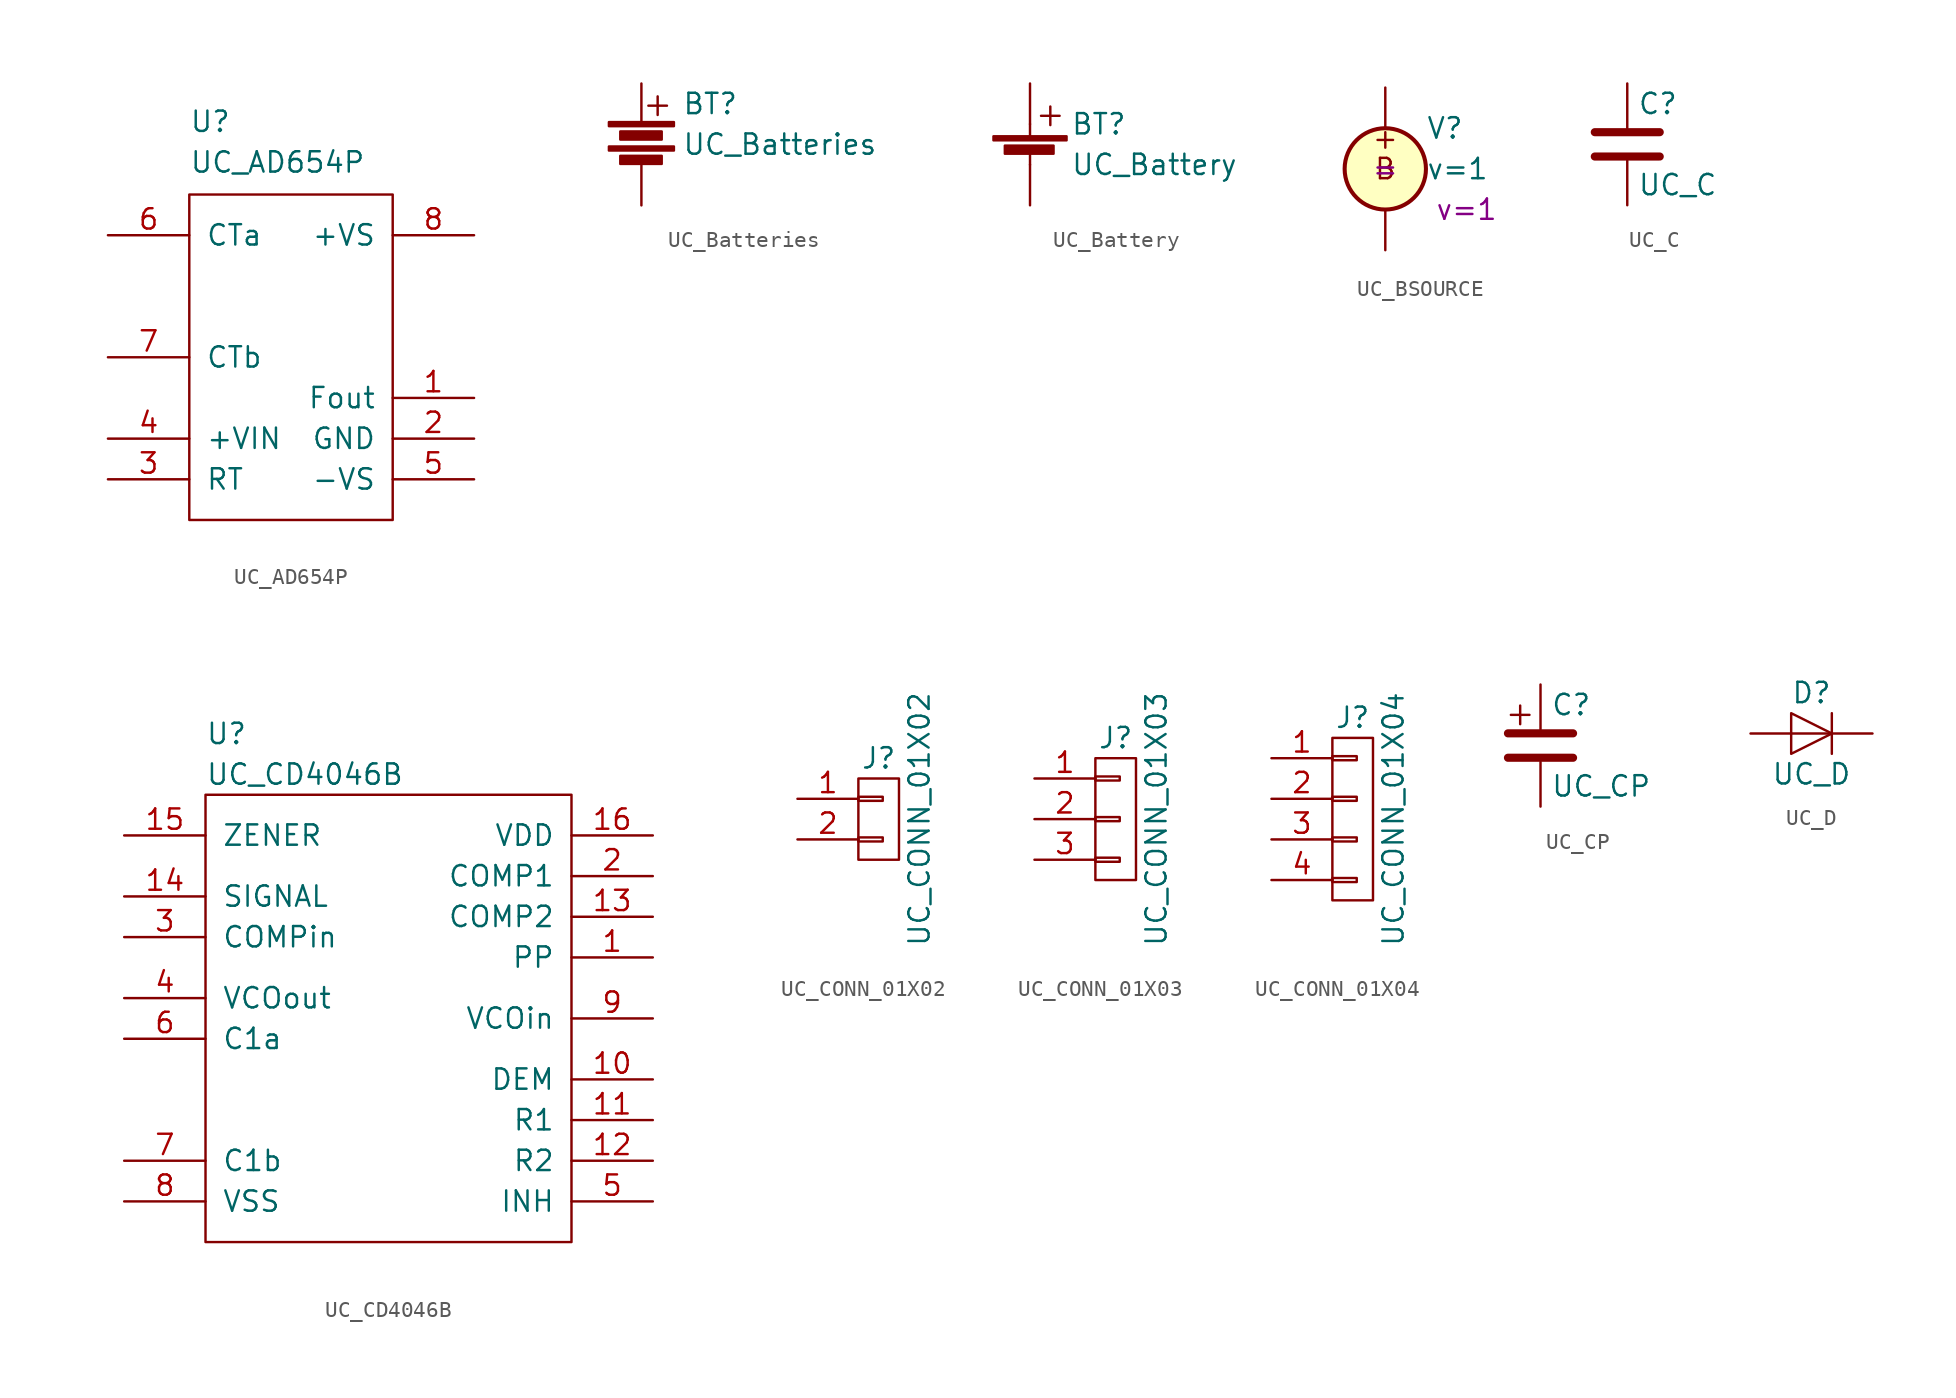
<source format=kicad_sym>
(kicad_symbol_lib
  (version 20220914)
  (generator kicad_symbol_editor)
  (symbol "UC_AD654P"
    (pin_names
      (offset 1.016))
    (property "Reference" "U"
      (at -6.35 13.97 0)
      (effects (font (size 1.27 1.27)) (justify left bottom)))
    (property "Value" "UC_AD654P"
      (at -6.35 11.43 0)
      (effects (font (size 1.27 1.27)) (justify left bottom)))
    (symbol "UC_AD654P_0_0"
      (rectangle (start -6.35 10.16) (end 6.35 -10.16) (stroke (width 0) (type default)) (fill (type none))))
    (symbol "UC_AD654P_1_1"
      (pin open_collector line (at 11.43 -2.54 180) (length 5.08) (name "Fout" (effects (font (size 1.27 1.27)))) (number "1" (effects (font (size 1.27 1.27)))))
      (pin power_in line (at 11.43 -5.08 180) (length 5.08) (name "GND" (effects (font (size 1.27 1.27)))) (number "2" (effects (font (size 1.27 1.27)))))
      (pin passive line (at -11.43 -7.62 0) (length 5.08) (name "RT" (effects (font (size 1.27 1.27)))) (number "3" (effects (font (size 1.27 1.27)))))
      (pin input line (at -11.43 -5.08 0) (length 5.08) (name "+VIN" (effects (font (size 1.27 1.27)))) (number "4" (effects (font (size 1.27 1.27)))))
      (pin power_in line (at 11.43 -7.62 180) (length 5.08) (name "-VS" (effects (font (size 1.27 1.27)))) (number "5" (effects (font (size 1.27 1.27)))))
      (pin passive line (at -11.43 7.62 0) (length 5.08) (name "CTa" (effects (font (size 1.27 1.27)))) (number "6" (effects (font (size 1.27 1.27)))))
      (pin passive line (at -11.43 0 0) (length 5.08) (name "CTb" (effects (font (size 1.27 1.27)))) (number "7" (effects (font (size 1.27 1.27)))))
      (pin power_in line (at 11.43 7.62 180) (length 5.08) (name "+VS" (effects (font (size 1.27 1.27)))) (number "8" (effects (font (size 1.27 1.27)))))))
  (symbol "UC_Batteries"
    (pin_numbers hide)
    (pin_names
      (offset 0) hide)
    (property "Reference" "BT"
      (at 2.54 2.54 0)
      (effects (font (size 1.27 1.27)) (justify left)))
    (property "Value" "UC_Batteries"
      (at 2.54 0 0)
      (effects (font (size 1.27 1.27)) (justify left)))
    (symbol "UC_Batteries_0_0"
      (text "+" (at 1.016 2.54 0) (effects (font (size 1.524 1.524)))))
    (symbol "UC_Batteries_0_1"
      (rectangle (start -2.032 -0.127) (end 2.032 -0.381) (stroke (width 0) (type default)) (fill (type outline)))
      (rectangle (start -2.032 1.397) (end 2.032 1.143) (stroke (width 0) (type default)) (fill (type outline)))
      (rectangle (start -1.321 -0.711) (end 1.27 -1.219) (stroke (width 0) (type default)) (fill (type outline)))
      (rectangle (start -1.321 0.813) (end 1.27 0.305) (stroke (width 0) (type default)) (fill (type outline))))
    (symbol "UC_Batteries_1_1"
      (pin power_out line (at 0 3.81 270) (length 2.54) (name "+" (effects (font (size 1.27 1.27)))) (number "1" (effects (font (size 1.27 1.27)))))
      (pin power_in line (at 0 -3.81 90) (length 2.54) (name "-" (effects (font (size 1.27 1.27)))) (number "2" (effects (font (size 1.27 1.27)))))))
  (symbol "UC_Battery"
    (pin_numbers hide)
    (pin_names
      (offset 0) hide)
    (property "Reference" "BT"
      (at 2.54 2.54 0)
      (effects (font (size 1.27 1.27)) (justify left)))
    (property "Value" "UC_Battery"
      (at 2.54 0 0)
      (effects (font (size 1.27 1.27)) (justify left)))
    (symbol "UC_Battery_0_0"
      (text "+" (at 1.27 3.175 0) (effects (font (size 1.524 1.524)))))
    (symbol "UC_Battery_0_1"
      (rectangle (start -2.286 1.778) (end 2.286 1.524) (stroke (width 0) (type default)) (fill (type outline)))
      (rectangle (start -1.575 1.194) (end 1.473 0.686) (stroke (width 0) (type default)) (fill (type outline)))
      (polyline (pts (xy 0 0.762) (xy 0 0)) (stroke (width 0) (type default)) (fill (type none)))
      (polyline (pts (xy 0 1.778) (xy 0 2.54)) (stroke (width 0) (type default)) (fill (type none))))
    (symbol "UC_Battery_1_1"
      (pin power_out line (at 0 5.08 270) (length 2.54) (name "+" (effects (font (size 1.27 1.27)))) (number "1" (effects (font (size 1.27 1.27)))))
      (pin power_in line (at 0 -2.54 90) (length 2.54) (name "-" (effects (font (size 1.27 1.27)))) (number "2" (effects (font (size 1.27 1.27)))))))
  (symbol "UC_BSOURCE"
    (pin_numbers hide)
    (pin_names
      (offset 0.025))
    (property "Reference" "V"
      (at 2.54 2.54 0)
      (effects (font (size 1.27 1.27)) (justify left)))
    (property "Value" "${SIM.PARAMS}"
      (at 2.54 0 0)
      (effects (font (size 1.27 1.27)) (justify left)))
    (property "Sim.Params" "v=1"
      (at 5.08 -2.54 0)
      (effects (font (size 1.27 1.27))))
    (property "Sim.Type" "="
      (at 0 0 0)
      (effects (font (size 1.27 1.27))))
    (symbol "UC_BSOURCE_0_0"
      (text "+" (at 0 1.905 0) (effects (font (size 1.27 1.27))))
      (text "B" (at 0 0 0) (effects (font (size 1.27 1.27)))))
    (symbol "UC_BSOURCE_0_1"
      (circle (center 0 0) (radius 2.54) (stroke (width 0.254) (type default)) (fill (type background))))
    (symbol "UC_BSOURCE_1_1"
      (pin passive line (at 0 5.08 270) (length 2.54) (name "~" (effects (font (size 1.27 1.27)))) (number "1" (effects (font (size 1.27 1.27)))))
      (pin passive line (at 0 -5.08 90) (length 2.54) (name "~" (effects (font (size 1.27 1.27)))) (number "2" (effects (font (size 1.27 1.27)))))))
  (symbol "UC_C"
    (pin_numbers hide)
    (pin_names
      (offset 0.254))
    (property "Reference" "C"
      (at 0.635 2.54 0)
      (effects (font (size 1.27 1.27)) (justify left)))
    (property "Value" "UC_C"
      (at 0.635 -2.54 0)
      (effects (font (size 1.27 1.27)) (justify left)))
    (symbol "UC_C_0_1"
      (polyline (pts (xy -2.032 -0.762) (xy 2.032 -0.762)) (stroke (width 0.508) (type default)) (fill (type none)))
      (polyline (pts (xy -2.032 0.762) (xy 2.032 0.762)) (stroke (width 0.508) (type default)) (fill (type none))))
    (symbol "UC_C_1_1"
      (pin passive line (at 0 3.81 270) (length 2.794) (name "~" (effects (font (size 1.27 1.27)))) (number "1" (effects (font (size 1.27 1.27)))))
      (pin passive line (at 0 -3.81 90) (length 2.794) (name "~" (effects (font (size 1.27 1.27)))) (number "2" (effects (font (size 1.27 1.27)))))))
  (symbol "UC_CD4046B"
    (pin_names
      (offset 1.016))
    (property "Reference" "U"
      (at -11.43 11.43 0)
      (effects (font (size 1.27 1.27)) (justify left)))
    (property "Value" "UC_CD4046B"
      (at -11.43 8.89 0)
      (effects (font (size 1.27 1.27)) (justify left)))
    (symbol "UC_CD4046B_0_1"
      (rectangle (start -11.43 7.62) (end 11.43 -20.32) (stroke (width 0) (type default)) (fill (type none))))
    (symbol "UC_CD4046B_1_1"
      (pin output line (at 16.51 -2.54 180) (length 5.08) (name "PP" (effects (font (size 1.27 1.27)))) (number "1" (effects (font (size 1.27 1.27)))))
      (pin output line (at 16.51 -10.16 180) (length 5.08) (name "DEM" (effects (font (size 1.27 1.27)))) (number "10" (effects (font (size 1.27 1.27)))))
      (pin passive line (at 16.51 -12.7 180) (length 5.08) (name "R1" (effects (font (size 1.27 1.27)))) (number "11" (effects (font (size 1.27 1.27)))))
      (pin passive line (at 16.51 -15.24 180) (length 5.08) (name "R2" (effects (font (size 1.27 1.27)))) (number "12" (effects (font (size 1.27 1.27)))))
      (pin output line (at 16.51 0 180) (length 5.08) (name "COMP2" (effects (font (size 1.27 1.27)))) (number "13" (effects (font (size 1.27 1.27)))))
      (pin input line (at -16.51 1.27 0) (length 5.08) (name "SIGNAL" (effects (font (size 1.27 1.27)))) (number "14" (effects (font (size 1.27 1.27)))))
      (pin passive line (at -16.51 5.08 0) (length 5.08) (name "ZENER" (effects (font (size 1.27 1.27)))) (number "15" (effects (font (size 1.27 1.27)))))
      (pin power_in line (at 16.51 5.08 180) (length 5.08) (name "VDD" (effects (font (size 1.27 1.27)))) (number "16" (effects (font (size 1.27 1.27)))))
      (pin output line (at 16.51 2.54 180) (length 5.08) (name "COMP1" (effects (font (size 1.27 1.27)))) (number "2" (effects (font (size 1.27 1.27)))))
      (pin input line (at -16.51 -1.27 0) (length 5.08) (name "COMPin" (effects (font (size 1.27 1.27)))) (number "3" (effects (font (size 1.27 1.27)))))
      (pin output line (at -16.51 -5.08 0) (length 5.08) (name "VCOout" (effects (font (size 1.27 1.27)))) (number "4" (effects (font (size 1.27 1.27)))))
      (pin input line (at 16.51 -17.78 180) (length 5.08) (name "INH" (effects (font (size 1.27 1.27)))) (number "5" (effects (font (size 1.27 1.27)))))
      (pin passive line (at -16.51 -7.62 0) (length 5.08) (name "C1a" (effects (font (size 1.27 1.27)))) (number "6" (effects (font (size 1.27 1.27)))))
      (pin passive line (at -16.51 -15.24 0) (length 5.08) (name "C1b" (effects (font (size 1.27 1.27)))) (number "7" (effects (font (size 1.27 1.27)))))
      (pin power_in line (at -16.51 -17.78 0) (length 5.08) (name "VSS" (effects (font (size 1.27 1.27)))) (number "8" (effects (font (size 1.27 1.27)))))
      (pin input line (at 16.51 -6.35 180) (length 5.08) (name "VCOin" (effects (font (size 1.27 1.27)))) (number "9" (effects (font (size 1.27 1.27)))))))
  (symbol "UC_CONN_01X02"
    (pin_names
      (offset 1.016) hide)
    (property "Reference" "J"
      (at 0 3.81 0)
      (effects (font (size 1.27 1.27))))
    (property "Value" "UC_CONN_01X02"
      (at 2.54 0 90)
      (effects (font (size 1.27 1.27))))
    (symbol "UC_CONN_01X02_0_1"
      (rectangle (start -1.27 -1.143) (end 0.254 -1.397) (stroke (width 0) (type default)) (fill (type none)))
      (rectangle (start -1.27 1.397) (end 0.254 1.143) (stroke (width 0) (type default)) (fill (type none)))
      (rectangle (start -1.27 2.54) (end 1.27 -2.54) (stroke (width 0) (type default)) (fill (type none))))
    (symbol "UC_CONN_01X02_1_1"
      (pin passive line (at -5.08 1.27 0) (length 3.81) (name "P1" (effects (font (size 1.27 1.27)))) (number "1" (effects (font (size 1.27 1.27)))))
      (pin passive line (at -5.08 -1.27 0) (length 3.81) (name "P2" (effects (font (size 1.27 1.27)))) (number "2" (effects (font (size 1.27 1.27)))))))
  (symbol "UC_CONN_01X03"
    (pin_names
      (offset 1.016) hide)
    (property "Reference" "J"
      (at 0 5.08 0)
      (effects (font (size 1.27 1.27))))
    (property "Value" "UC_CONN_01X03"
      (at 2.54 0 90)
      (effects (font (size 1.27 1.27))))
    (symbol "UC_CONN_01X03_0_1"
      (rectangle (start -1.27 0.127) (end 0.254 -0.127) (stroke (width 0) (type default)) (fill (type none)))
      (rectangle (start -1.27 2.667) (end 0.254 2.413) (stroke (width 0) (type default)) (fill (type none)))
      (rectangle (start -1.27 3.81) (end 1.27 -3.81) (stroke (width 0) (type default)) (fill (type none))))
    (symbol "UC_CONN_01X03_1_1"
      (rectangle (start -1.27 -2.413) (end 0.254 -2.667) (stroke (width 0) (type default)) (fill (type none)))
      (pin passive line (at -5.08 2.54 0) (length 3.81) (name "P1" (effects (font (size 1.27 1.27)))) (number "1" (effects (font (size 1.27 1.27)))))
      (pin passive line (at -5.08 0 0) (length 3.81) (name "P2" (effects (font (size 1.27 1.27)))) (number "2" (effects (font (size 1.27 1.27)))))
      (pin passive line (at -5.08 -2.54 0) (length 3.81) (name "P3" (effects (font (size 1.27 1.27)))) (number "3" (effects (font (size 1.27 1.27)))))))
  (symbol "UC_CONN_01X04"
    (pin_names
      (offset 1.016) hide)
    (property "Reference" "J"
      (at 0 6.35 0)
      (effects (font (size 1.27 1.27))))
    (property "Value" "UC_CONN_01X04"
      (at 2.54 0 90)
      (effects (font (size 1.27 1.27))))
    (symbol "UC_CONN_01X04_0_1"
      (rectangle (start -1.27 1.397) (end 0.254 1.143) (stroke (width 0) (type default)) (fill (type none)))
      (rectangle (start -1.27 3.937) (end 0.254 3.683) (stroke (width 0) (type default)) (fill (type none)))
      (rectangle (start -1.27 5.08) (end 1.27 -5.08) (stroke (width 0) (type default)) (fill (type none))))
    (symbol "UC_CONN_01X04_1_1"
      (rectangle (start -1.27 -3.683) (end 0.254 -3.937) (stroke (width 0) (type default)) (fill (type none)))
      (rectangle (start -1.27 -1.143) (end 0.254 -1.397) (stroke (width 0) (type default)) (fill (type none)))
      (pin passive line (at -5.08 3.81 0) (length 3.81) (name "P1" (effects (font (size 1.27 1.27)))) (number "1" (effects (font (size 1.27 1.27)))))
      (pin passive line (at -5.08 1.27 0) (length 3.81) (name "P2" (effects (font (size 1.27 1.27)))) (number "2" (effects (font (size 1.27 1.27)))))
      (pin passive line (at -5.08 -1.27 0) (length 3.81) (name "P3" (effects (font (size 1.27 1.27)))) (number "3" (effects (font (size 1.27 1.27)))))
      (pin passive line (at -5.08 -3.81 0) (length 3.81) (name "P4" (effects (font (size 1.27 1.27)))) (number "4" (effects (font (size 1.27 1.27)))))))
  (symbol "UC_CP"
    (pin_numbers hide)
    (pin_names
      (offset 0.254))
    (property "Reference" "C"
      (at 0.635 2.54 0)
      (effects (font (size 1.27 1.27)) (justify left)))
    (property "Value" "UC_CP"
      (at 0.635 -2.54 0)
      (effects (font (size 1.27 1.27)) (justify left)))
    (symbol "UC_CP_0_0"
      (text "+" (at -1.27 2.032 0) (effects (font (size 1.524 1.524)))))
    (symbol "UC_CP_0_1"
      (polyline (pts (xy -2.032 -0.762) (xy 2.032 -0.762)) (stroke (width 0.508) (type default)) (fill (type none)))
      (polyline (pts (xy -2.032 0.762) (xy 2.032 0.762)) (stroke (width 0.508) (type default)) (fill (type none))))
    (symbol "UC_CP_1_1"
      (pin passive line (at 0 3.81 270) (length 2.794) (name "~" (effects (font (size 1.27 1.27)))) (number "1" (effects (font (size 1.27 1.27)))))
      (pin passive line (at 0 -3.81 90) (length 2.794) (name "~" (effects (font (size 1.27 1.27)))) (number "2" (effects (font (size 1.27 1.27)))))))
  (symbol "UC_D"
    (pin_numbers hide)
    (pin_names
      (offset 1.016) hide)
    (property "Reference" "D"
      (at 0 2.54 0)
      (effects (font (size 1.27 1.27))))
    (property "Value" "UC_D"
      (at 0 -2.54 0)
      (effects (font (size 1.27 1.27))))
    (property "Datasheet" ""
      (at 0 0 0)
      (effects (font (size 1.524 1.524))))
    (symbol "UC_D_0_1"
      (polyline (pts (xy 1.27 1.27) (xy 1.27 -1.27)) (stroke (width 0.152) (type default)) (fill (type none)))
      (polyline (pts (xy 1.27 0) (xy -1.27 0) (xy -1.27 0)) (stroke (width 0) (type default)) (fill (type none)))
      (polyline (pts (xy 1.27 0) (xy -1.27 1.27) (xy -1.27 -1.27) (xy 1.27 0) (xy 1.27 0)) (stroke (width 0) (type default)) (fill (type none))))
    (symbol "UC_D_1_1"
      (pin passive line (at 3.81 0 180) (length 2.54) (name "K" (effects (font (size 1.016 1.016)))) (number "1" (effects (font (size 1.016 1.016)))))
      (pin passive line (at -3.81 0 0) (length 2.54) (name "A" (effects (font (size 1.016 1.016)))) (number "2" (effects (font (size 1.016 1.016))))))))
</source>
